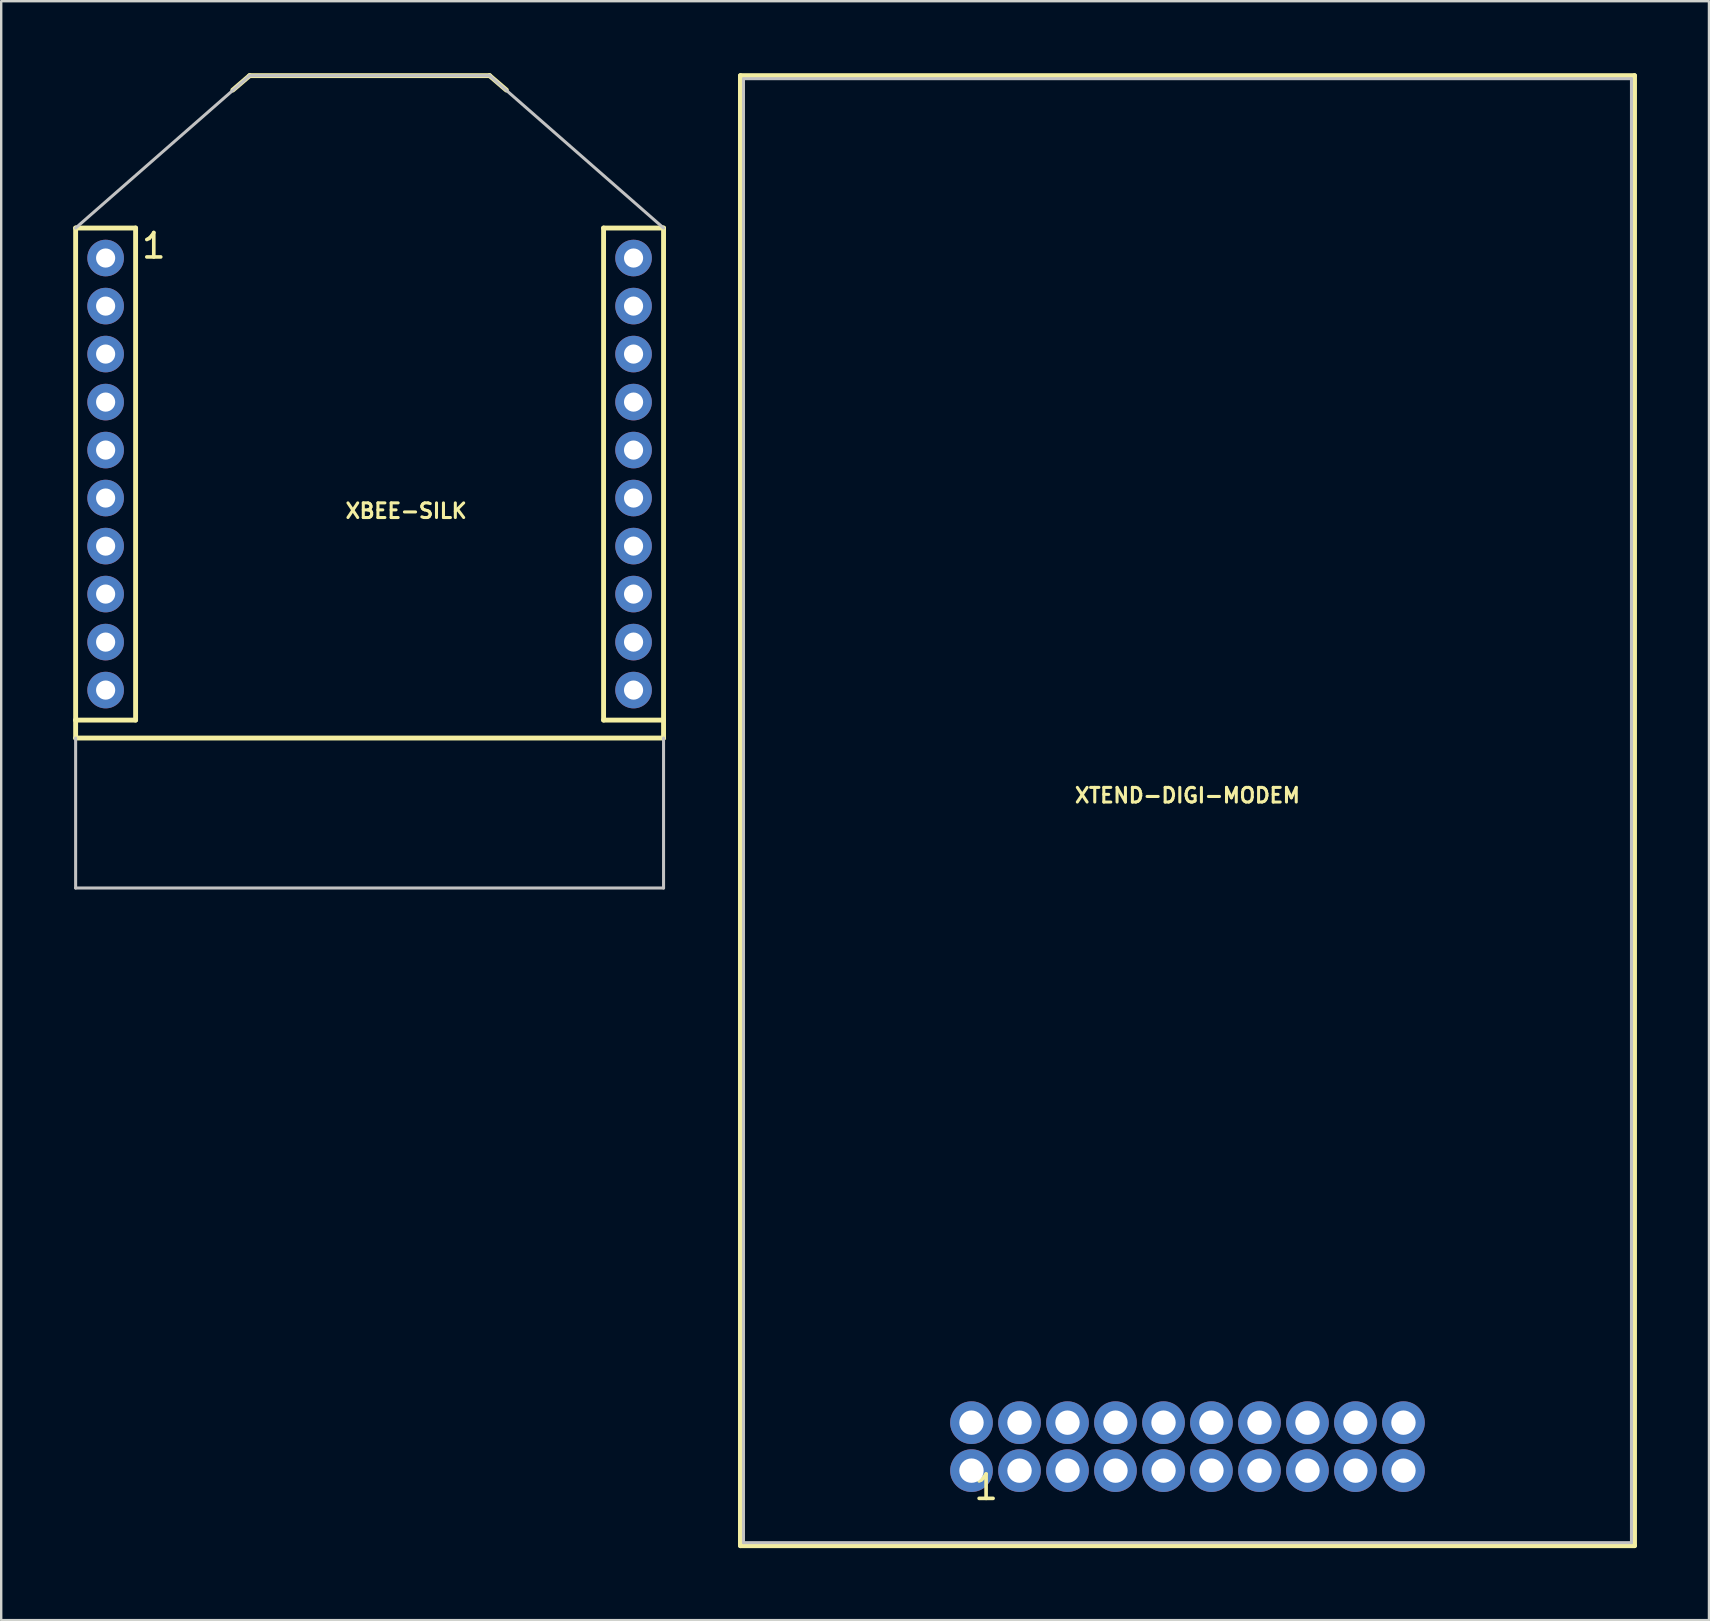
<source format=kicad_pcb>
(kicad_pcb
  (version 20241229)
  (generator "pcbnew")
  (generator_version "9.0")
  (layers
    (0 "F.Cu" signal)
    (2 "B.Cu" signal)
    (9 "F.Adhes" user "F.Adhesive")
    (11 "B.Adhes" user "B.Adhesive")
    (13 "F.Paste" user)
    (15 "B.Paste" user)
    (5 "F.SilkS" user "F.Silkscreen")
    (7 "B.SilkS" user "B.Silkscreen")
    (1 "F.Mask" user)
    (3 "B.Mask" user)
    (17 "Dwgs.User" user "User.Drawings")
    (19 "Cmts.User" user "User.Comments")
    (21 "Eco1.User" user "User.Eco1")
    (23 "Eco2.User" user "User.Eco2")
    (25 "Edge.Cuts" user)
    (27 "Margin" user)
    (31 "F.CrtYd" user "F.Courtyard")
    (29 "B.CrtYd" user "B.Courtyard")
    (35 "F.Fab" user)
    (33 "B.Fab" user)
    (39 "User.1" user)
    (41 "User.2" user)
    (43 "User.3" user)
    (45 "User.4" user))
  (footprint "XTEND-DIGI-MODEM"
    (layer "F.Cu")
    (at 46.426 30.726)
    (property "Reference" "XTEND-DIGI-MODEM" (at 0 -0.635 0) (layer "F.SilkS") (effects (font (size 0.61 0.61) (thickness 0.127))))
    (attr exclude_from_pos_files exclude_from_bom)
    (fp_line (start -18.626 -30.625) (end 18.626 -30.625) (stroke (width 0.203) (type solid)) (layer "F.SilkS"))
    (fp_line (start -18.626 30.625) (end -18.626 -30.625) (stroke (width 0.203) (type solid)) (layer "F.SilkS"))
    (fp_line (start -18.626 30.625) (end 18.626 30.625) (stroke (width 0.203) (type solid)) (layer "F.SilkS"))
    (fp_line (start 18.626 30.625) (end 18.626 -30.625) (stroke (width 0.203) (type solid)) (layer "F.SilkS"))
    (fp_line (start -18.499 -30.498) (end 18.499 -30.498) (stroke (width 0.127) (type solid)) (layer "Dwgs.User"))
    (fp_line (start -18.499 30.498) (end -18.499 -30.498) (stroke (width 0.127) (type solid)) (layer "Dwgs.User"))
    (fp_line (start -18.499 30.498) (end 18.499 30.498) (stroke (width 0.127) (type solid)) (layer "Dwgs.User"))
    (fp_line (start 18.499 30.498) (end 18.499 -30.498) (stroke (width 0.127) (type solid)) (layer "Dwgs.User"))
    (fp_text user "1" (at -8.39 28.191 0) (layer "F.SilkS") (effects (font (size 1.016 1.016) (thickness 0.152))))
    (pad "1" thru_hole circle (at -8.999 27.498) (size 1.778 1.778) (drill 1.016) (layers "*.Cu" "*.Paste" "*.Mask"))
    (pad "2" thru_hole circle (at -8.999 25.499) (size 1.778 1.778) (drill 1.016) (layers "*.Cu" "*.Paste" "*.Mask"))
    (pad "3" thru_hole circle (at -6.998 27.498) (size 1.778 1.778) (drill 1.016) (layers "*.Cu" "*.Paste" "*.Mask"))
    (pad "4" thru_hole circle (at -6.998 25.499) (size 1.778 1.778) (drill 1.016) (layers "*.Cu" "*.Paste" "*.Mask"))
    (pad "5" thru_hole circle (at -4.999 27.498) (size 1.778 1.778) (drill 1.016) (layers "*.Cu" "*.Paste" "*.Mask"))
    (pad "6" thru_hole circle (at -4.999 25.499) (size 1.778 1.778) (drill 1.016) (layers "*.Cu" "*.Paste" "*.Mask"))
    (pad "7" thru_hole circle (at -3 27.498) (size 1.778 1.778) (drill 1.016) (layers "*.Cu" "*.Paste" "*.Mask"))
    (pad "8" thru_hole circle (at -3 25.499) (size 1.778 1.778) (drill 1.016) (layers "*.Cu" "*.Paste" "*.Mask"))
    (pad "9" thru_hole circle (at -0.998 27.498) (size 1.778 1.778) (drill 1.016) (layers "*.Cu" "*.Paste" "*.Mask"))
    (pad "10" thru_hole circle (at -0.998 25.499) (size 1.778 1.778) (drill 1.016) (layers "*.Cu" "*.Paste" "*.Mask"))
    (pad "11" thru_hole circle (at 0.998 27.498) (size 1.778 1.778) (drill 1.016) (layers "*.Cu" "*.Paste" "*.Mask"))
    (pad "12" thru_hole circle (at 0.998 25.499) (size 1.778 1.778) (drill 1.016) (layers "*.Cu" "*.Paste" "*.Mask"))
    (pad "13" thru_hole circle (at 3 27.498) (size 1.778 1.778) (drill 1.016) (layers "*.Cu" "*.Paste" "*.Mask"))
    (pad "14" thru_hole circle (at 3 25.499) (size 1.778 1.778) (drill 1.016) (layers "*.Cu" "*.Paste" "*.Mask"))
    (pad "15" thru_hole circle (at 4.999 27.498) (size 1.778 1.778) (drill 1.016) (layers "*.Cu" "*.Paste" "*.Mask"))
    (pad "16" thru_hole circle (at 4.999 25.499) (size 1.778 1.778) (drill 1.016) (layers "*.Cu" "*.Paste" "*.Mask"))
    (pad "17" thru_hole circle (at 6.998 27.498) (size 1.778 1.778) (drill 1.016) (layers "*.Cu" "*.Paste" "*.Mask"))
    (pad "18" thru_hole circle (at 6.998 25.499) (size 1.778 1.778) (drill 1.016) (layers "*.Cu" "*.Paste" "*.Mask"))
    (pad "19" thru_hole circle (at 8.999 27.498) (size 1.778 1.778) (drill 1.016) (layers "*.Cu" "*.Paste" "*.Mask"))
    (pad "20" thru_hole circle (at 8.999 25.499) (size 1.778 1.778) (drill 1.016) (layers "*.Cu" "*.Paste" "*.Mask")))
  (footprint "XBEE-SILK"
    (layer "F.Cu")
    (at 12.349 27.701)
    (property "Reference" "XBEE-SILK" (at 1.524 -9.464 0) (layer "F.SilkS") (effects (font (size 0.61 0.61) (thickness 0.127))))
    (attr exclude_from_pos_files exclude_from_bom)
    (fp_line (start -12.248 -21.25) (end -12.248 -0.749) (stroke (width 0.203) (type solid)) (layer "F.SilkS"))
    (fp_line (start -12.248 -0.749) (end -12.248 0) (stroke (width 0.203) (type solid)) (layer "F.SilkS"))
    (fp_line (start -12.248 -0.749) (end -9.749 -0.749) (stroke (width 0.203) (type solid)) (layer "F.SilkS"))
    (fp_line (start -12.248 0) (end 12.248 0) (stroke (width 0.203) (type solid)) (layer "F.SilkS"))
    (fp_line (start -9.749 -21.25) (end -12.248 -21.25) (stroke (width 0.203) (type solid)) (layer "F.SilkS"))
    (fp_line (start -9.749 -21.25) (end -9.749 -0.749) (stroke (width 0.203) (type solid)) (layer "F.SilkS"))
    (fp_line (start -4.999 -27.6) (end -5.7 -26.998) (stroke (width 0.203) (type solid)) (layer "F.SilkS"))
    (fp_line (start -4.999 -27.6) (end 4.999 -27.6) (stroke (width 0.203) (type solid)) (layer "F.SilkS"))
    (fp_line (start 4.999 -27.6) (end 5.7 -26.998) (stroke (width 0.203) (type solid)) (layer "F.SilkS"))
    (fp_line (start 9.749 -21.25) (end 9.749 -0.749) (stroke (width 0.203) (type solid)) (layer "F.SilkS"))
    (fp_line (start 9.749 -21.25) (end 12.248 -21.25) (stroke (width 0.203) (type solid)) (layer "F.SilkS"))
    (fp_line (start 12.248 -21.25) (end 12.248 -0.749) (stroke (width 0.203) (type solid)) (layer "F.SilkS"))
    (fp_line (start 12.248 -0.749) (end 9.749 -0.749) (stroke (width 0.203) (type solid)) (layer "F.SilkS"))
    (fp_line (start 12.248 -0.749) (end 12.248 0) (stroke (width 0.203) (type solid)) (layer "F.SilkS"))
    (fp_line (start -12.248 -21.25) (end -4.999 -27.6) (stroke (width 0.127) (type solid)) (layer "Dwgs.User"))
    (fp_line (start -12.248 0) (end -12.248 6.248) (stroke (width 0.127) (type solid)) (layer "Dwgs.User"))
    (fp_line (start -12.248 6.248) (end 12.248 6.248) (stroke (width 0.127) (type solid)) (layer "Dwgs.User"))
    (fp_line (start -4.999 -27.6) (end 4.999 -27.6) (stroke (width 0.127) (type solid)) (layer "Dwgs.User"))
    (fp_line (start 12.248 -21.25) (end 4.999 -27.6) (stroke (width 0.127) (type solid)) (layer "Dwgs.User"))
    (fp_line (start 12.248 0) (end 12.248 6.248) (stroke (width 0.127) (type solid)) (layer "Dwgs.User"))
    (fp_text user "1" (at -8.992 -20.508 0) (layer "F.SilkS") (effects (font (size 1.016 1.016) (thickness 0.152))))
    (pad "1" thru_hole circle (at -10.998 -20) (size 1.524 1.524) (drill 0.798) (layers "*.Cu" "*.Paste" "*.Mask"))
    (pad "2" thru_hole circle (at -10.998 -17.998) (size 1.524 1.524) (drill 0.798) (layers "*.Cu" "*.Paste" "*.Mask"))
    (pad "3" thru_hole circle (at -10.998 -15.999) (size 1.524 1.524) (drill 0.798) (layers "*.Cu" "*.Paste" "*.Mask"))
    (pad "4" thru_hole circle (at -10.998 -13.998) (size 1.524 1.524) (drill 0.798) (layers "*.Cu" "*.Paste" "*.Mask"))
    (pad "5" thru_hole circle (at -10.998 -11.999) (size 1.524 1.524) (drill 0.798) (layers "*.Cu" "*.Paste" "*.Mask"))
    (pad "6" thru_hole circle (at -10.998 -10) (size 1.524 1.524) (drill 0.798) (layers "*.Cu" "*.Paste" "*.Mask"))
    (pad "7" thru_hole circle (at -10.998 -7.998) (size 1.524 1.524) (drill 0.798) (layers "*.Cu" "*.Paste" "*.Mask"))
    (pad "8" thru_hole circle (at -10.998 -5.999) (size 1.524 1.524) (drill 0.798) (layers "*.Cu" "*.Paste" "*.Mask"))
    (pad "9" thru_hole circle (at -10.998 -3.998) (size 1.524 1.524) (drill 0.798) (layers "*.Cu" "*.Paste" "*.Mask"))
    (pad "10" thru_hole circle (at -10.998 -1.999) (size 1.524 1.524) (drill 0.798) (layers "*.Cu" "*.Paste" "*.Mask"))
    (pad "11" thru_hole circle (at 10.998 -1.999) (size 1.524 1.524) (drill 0.798) (layers "*.Cu" "*.Paste" "*.Mask"))
    (pad "12" thru_hole circle (at 10.998 -3.998) (size 1.524 1.524) (drill 0.798) (layers "*.Cu" "*.Paste" "*.Mask"))
    (pad "13" thru_hole circle (at 10.998 -5.999) (size 1.524 1.524) (drill 0.798) (layers "*.Cu" "*.Paste" "*.Mask"))
    (pad "14" thru_hole circle (at 10.998 -7.998) (size 1.524 1.524) (drill 0.798) (layers "*.Cu" "*.Paste" "*.Mask"))
    (pad "15" thru_hole circle (at 10.998 -10) (size 1.524 1.524) (drill 0.798) (layers "*.Cu" "*.Paste" "*.Mask"))
    (pad "16" thru_hole circle (at 10.998 -11.999) (size 1.524 1.524) (drill 0.798) (layers "*.Cu" "*.Paste" "*.Mask"))
    (pad "17" thru_hole circle (at 10.998 -13.998) (size 1.524 1.524) (drill 0.798) (layers "*.Cu" "*.Paste" "*.Mask"))
    (pad "18" thru_hole circle (at 10.998 -15.999) (size 1.524 1.524) (drill 0.798) (layers "*.Cu" "*.Paste" "*.Mask"))
    (pad "19" thru_hole circle (at 10.998 -17.998) (size 1.524 1.524) (drill 0.798) (layers "*.Cu" "*.Paste" "*.Mask"))
    (pad "20" thru_hole circle (at 10.998 -20) (size 1.524 1.524) (drill 0.798) (layers "*.Cu" "*.Paste" "*.Mask")))
  (gr_rect
    (start -3 -3)
    (end 68.154 64.453)
    (stroke (width 0.1) (type default))
    (fill no)
    (layer "Edge.Cuts")))
</source>
